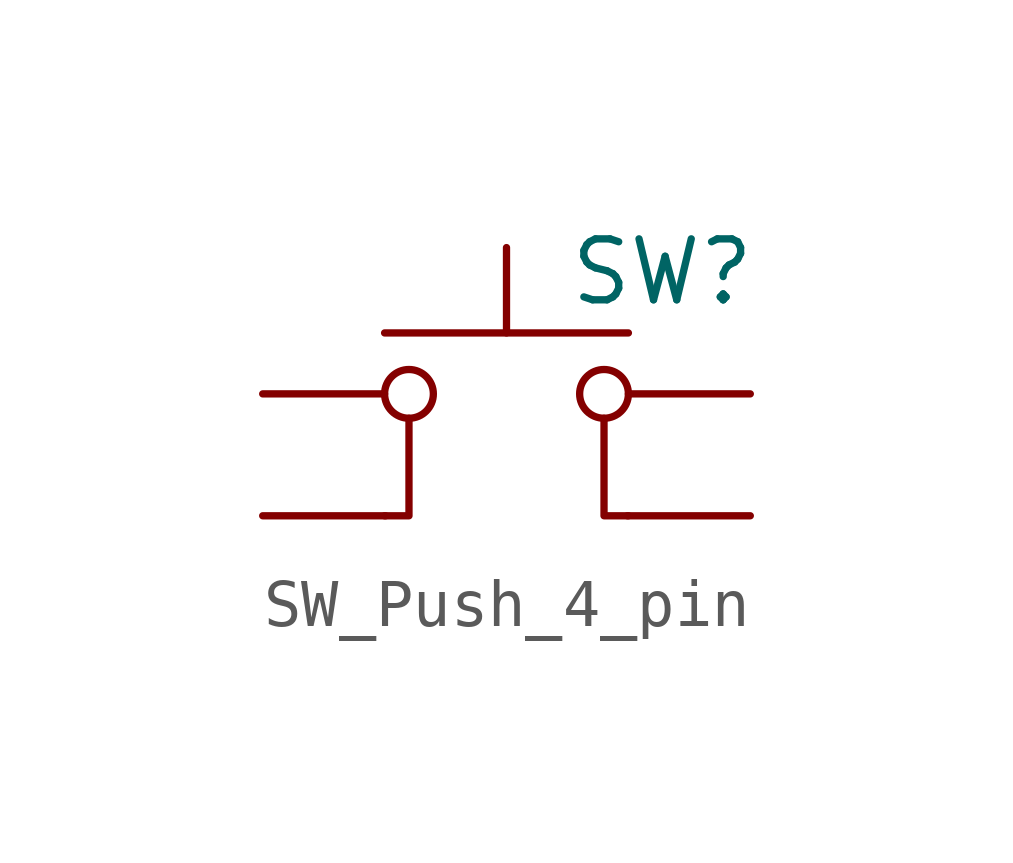
<source format=kicad_sym>
(kicad_symbol_lib
  (version 20231120)
  (generator "kicad_symbol_editor")
  (generator_version "8.0")
  (symbol "SW_Push_4_pin"
    (pin_numbers hide)
    (pin_names
      (offset 1.016) hide)
    (property "Reference" "SW"
      (at 6.35 5.08 0)
      (effects (font (size 1.27 1.27)) (justify left)))
    (symbol "SW_Push_4_pin_0_1"
      (polyline (pts (xy 5.08 3.81) (xy 5.08 5.588)) (stroke (width 0) (type default)) (fill (type none)))
      (polyline (pts (xy 7.62 3.81) (xy 2.54 3.81)) (stroke (width 0) (type default)) (fill (type none)))
      (polyline (pts (xy 2.54 0) (xy 3.048 0) (xy 3.048 2.032)) (stroke (width 0) (type default)) (fill (type none)))
      (polyline (pts (xy 7.62 0) (xy 7.112 0) (xy 7.112 2.032)) (stroke (width 0) (type default)) (fill (type none)))
      (circle (center 3.048 2.54) (radius 0.508) (stroke (width 0) (type default)) (fill (type none)))
      (circle (center 7.112 2.54) (radius 0.508) (stroke (width 0) (type default)) (fill (type none)))
      (pin passive line (at 0 2.54 0) (length 2.54) (name "1" (effects (font (size 1.27 1.27)))) (number "1" (effects (font (size 1.27 1.27)))))
      (pin passive line (at 10.16 2.54 180) (length 2.54) (name "2" (effects (font (size 1.27 1.27)))) (number "2" (effects (font (size 1.27 1.27))))))
    (symbol "SW_Push_4_pin_1_0"
      (pin passive line (at 0 0 0) (length 2.56) (name "3" (effects (font (size 1.27 1.27)))) (number "3" (effects (font (size 1.27 1.27)))))
      (pin passive line (at 10.16 0 180) (length 2.56) (name "4" (effects (font (size 1.27 1.27)))) (number "4" (effects (font (size 1.27 1.27))))))))
</source>
